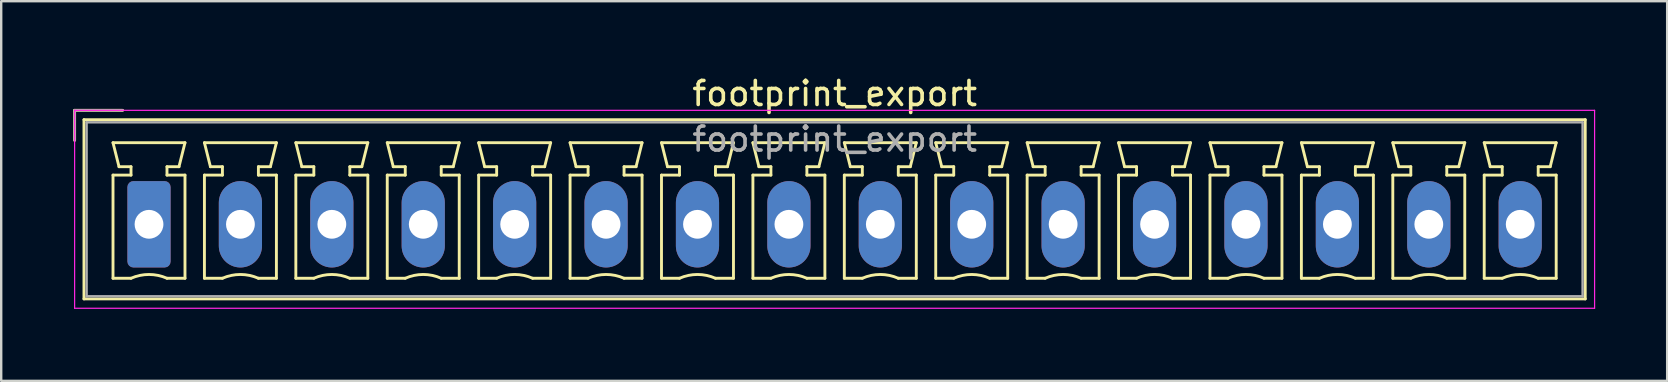
<source format=kicad_pcb>
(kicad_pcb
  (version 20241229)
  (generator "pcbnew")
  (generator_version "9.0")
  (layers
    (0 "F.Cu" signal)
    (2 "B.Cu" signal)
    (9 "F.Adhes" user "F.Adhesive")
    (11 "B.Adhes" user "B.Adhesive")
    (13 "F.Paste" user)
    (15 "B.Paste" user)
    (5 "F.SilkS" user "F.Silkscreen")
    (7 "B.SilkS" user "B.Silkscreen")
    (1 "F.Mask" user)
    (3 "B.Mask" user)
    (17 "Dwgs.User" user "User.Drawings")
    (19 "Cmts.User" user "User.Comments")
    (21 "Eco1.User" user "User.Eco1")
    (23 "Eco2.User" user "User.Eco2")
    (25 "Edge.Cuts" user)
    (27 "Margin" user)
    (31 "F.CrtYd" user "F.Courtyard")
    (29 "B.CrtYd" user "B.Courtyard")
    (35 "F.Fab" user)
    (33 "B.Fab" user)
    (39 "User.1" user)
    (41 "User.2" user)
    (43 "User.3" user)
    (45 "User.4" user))
  (footprint "footprint_export"
    (layer "F.Cu")
    (at 3.16 6.298)
    (property "Reference" "footprint_export" (at 28.58 -5.45 0) (layer "F.SilkS") (effects (font (size 1 1) (thickness 0.15))))
    (attr through_hole)
    (fp_line (start -3.1 -4.75) (end -1.1 -4.75) (stroke (width 0.12) (type solid)) (layer "F.SilkS"))
    (fp_line (start -3.1 -3.5) (end -3.1 -4.75) (stroke (width 0.12) (type solid)) (layer "F.SilkS"))
    (fp_line (start -2.71 -4.36) (end -2.71 3.11) (stroke (width 0.12) (type solid)) (layer "F.SilkS"))
    (fp_line (start -2.71 3.11) (end 59.86 3.11) (stroke (width 0.12) (type solid)) (layer "F.SilkS"))
    (fp_line (start -1.5 -3.4) (end 1.5 -3.4) (stroke (width 0.12) (type solid)) (layer "F.SilkS"))
    (fp_line (start -1.5 -2.05) (end -0.75 -2.05) (stroke (width 0.12) (type solid)) (layer "F.SilkS"))
    (fp_line (start -1.5 2.25) (end -1.5 -2.05) (stroke (width 0.12) (type solid)) (layer "F.SilkS"))
    (fp_line (start -1.25 -2.4) (end -1.5 -3.4) (stroke (width 0.12) (type solid)) (layer "F.SilkS"))
    (fp_line (start -0.75 -2.4) (end -1.25 -2.4) (stroke (width 0.12) (type solid)) (layer "F.SilkS"))
    (fp_line (start -0.75 -2.05) (end -0.75 -2.4) (stroke (width 0.12) (type solid)) (layer "F.SilkS"))
    (fp_line (start -0.75 2.25) (end -1.5 2.25) (stroke (width 0.12) (type solid)) (layer "F.SilkS"))
    (fp_line (start 0.75 -2.4) (end 0.75 -2.05) (stroke (width 0.12) (type solid)) (layer "F.SilkS"))
    (fp_line (start 0.75 -2.05) (end 1.5 -2.05) (stroke (width 0.12) (type solid)) (layer "F.SilkS"))
    (fp_line (start 1.25 -2.4) (end 0.75 -2.4) (stroke (width 0.12) (type solid)) (layer "F.SilkS"))
    (fp_line (start 1.5 -3.4) (end 1.25 -2.4) (stroke (width 0.12) (type solid)) (layer "F.SilkS"))
    (fp_line (start 1.5 -2.05) (end 1.5 2.25) (stroke (width 0.12) (type solid)) (layer "F.SilkS"))
    (fp_line (start 1.5 2.25) (end 0.75 2.25) (stroke (width 0.12) (type solid)) (layer "F.SilkS"))
    (fp_line (start 2.31 -3.4) (end 5.31 -3.4) (stroke (width 0.12) (type solid)) (layer "F.SilkS"))
    (fp_line (start 2.31 -2.05) (end 3.06 -2.05) (stroke (width 0.12) (type solid)) (layer "F.SilkS"))
    (fp_line (start 2.31 2.25) (end 2.31 -2.05) (stroke (width 0.12) (type solid)) (layer "F.SilkS"))
    (fp_line (start 2.56 -2.4) (end 2.31 -3.4) (stroke (width 0.12) (type solid)) (layer "F.SilkS"))
    (fp_line (start 3.06 -2.4) (end 2.56 -2.4) (stroke (width 0.12) (type solid)) (layer "F.SilkS"))
    (fp_line (start 3.06 -2.05) (end 3.06 -2.4) (stroke (width 0.12) (type solid)) (layer "F.SilkS"))
    (fp_line (start 3.06 2.25) (end 2.31 2.25) (stroke (width 0.12) (type solid)) (layer "F.SilkS"))
    (fp_line (start 4.56 -2.4) (end 4.56 -2.05) (stroke (width 0.12) (type solid)) (layer "F.SilkS"))
    (fp_line (start 4.56 -2.05) (end 5.31 -2.05) (stroke (width 0.12) (type solid)) (layer "F.SilkS"))
    (fp_line (start 5.06 -2.4) (end 4.56 -2.4) (stroke (width 0.12) (type solid)) (layer "F.SilkS"))
    (fp_line (start 5.31 -3.4) (end 5.06 -2.4) (stroke (width 0.12) (type solid)) (layer "F.SilkS"))
    (fp_line (start 5.31 -2.05) (end 5.31 2.25) (stroke (width 0.12) (type solid)) (layer "F.SilkS"))
    (fp_line (start 5.31 2.25) (end 4.56 2.25) (stroke (width 0.12) (type solid)) (layer "F.SilkS"))
    (fp_line (start 6.12 -3.4) (end 9.12 -3.4) (stroke (width 0.12) (type solid)) (layer "F.SilkS"))
    (fp_line (start 6.12 -2.05) (end 6.87 -2.05) (stroke (width 0.12) (type solid)) (layer "F.SilkS"))
    (fp_line (start 6.12 2.25) (end 6.12 -2.05) (stroke (width 0.12) (type solid)) (layer "F.SilkS"))
    (fp_line (start 6.37 -2.4) (end 6.12 -3.4) (stroke (width 0.12) (type solid)) (layer "F.SilkS"))
    (fp_line (start 6.87 -2.4) (end 6.37 -2.4) (stroke (width 0.12) (type solid)) (layer "F.SilkS"))
    (fp_line (start 6.87 -2.05) (end 6.87 -2.4) (stroke (width 0.12) (type solid)) (layer "F.SilkS"))
    (fp_line (start 6.87 2.25) (end 6.12 2.25) (stroke (width 0.12) (type solid)) (layer "F.SilkS"))
    (fp_line (start 8.37 -2.4) (end 8.37 -2.05) (stroke (width 0.12) (type solid)) (layer "F.SilkS"))
    (fp_line (start 8.37 -2.05) (end 9.12 -2.05) (stroke (width 0.12) (type solid)) (layer "F.SilkS"))
    (fp_line (start 8.87 -2.4) (end 8.37 -2.4) (stroke (width 0.12) (type solid)) (layer "F.SilkS"))
    (fp_line (start 9.12 -3.4) (end 8.87 -2.4) (stroke (width 0.12) (type solid)) (layer "F.SilkS"))
    (fp_line (start 9.12 -2.05) (end 9.12 2.25) (stroke (width 0.12) (type solid)) (layer "F.SilkS"))
    (fp_line (start 9.12 2.25) (end 8.37 2.25) (stroke (width 0.12) (type solid)) (layer "F.SilkS"))
    (fp_line (start 9.93 -3.4) (end 12.93 -3.4) (stroke (width 0.12) (type solid)) (layer "F.SilkS"))
    (fp_line (start 9.93 -2.05) (end 10.68 -2.05) (stroke (width 0.12) (type solid)) (layer "F.SilkS"))
    (fp_line (start 9.93 2.25) (end 9.93 -2.05) (stroke (width 0.12) (type solid)) (layer "F.SilkS"))
    (fp_line (start 10.18 -2.4) (end 9.93 -3.4) (stroke (width 0.12) (type solid)) (layer "F.SilkS"))
    (fp_line (start 10.68 -2.4) (end 10.18 -2.4) (stroke (width 0.12) (type solid)) (layer "F.SilkS"))
    (fp_line (start 10.68 -2.05) (end 10.68 -2.4) (stroke (width 0.12) (type solid)) (layer "F.SilkS"))
    (fp_line (start 10.68 2.25) (end 9.93 2.25) (stroke (width 0.12) (type solid)) (layer "F.SilkS"))
    (fp_line (start 12.18 -2.4) (end 12.18 -2.05) (stroke (width 0.12) (type solid)) (layer "F.SilkS"))
    (fp_line (start 12.18 -2.05) (end 12.93 -2.05) (stroke (width 0.12) (type solid)) (layer "F.SilkS"))
    (fp_line (start 12.68 -2.4) (end 12.18 -2.4) (stroke (width 0.12) (type solid)) (layer "F.SilkS"))
    (fp_line (start 12.93 -3.4) (end 12.68 -2.4) (stroke (width 0.12) (type solid)) (layer "F.SilkS"))
    (fp_line (start 12.93 -2.05) (end 12.93 2.25) (stroke (width 0.12) (type solid)) (layer "F.SilkS"))
    (fp_line (start 12.93 2.25) (end 12.18 2.25) (stroke (width 0.12) (type solid)) (layer "F.SilkS"))
    (fp_line (start 13.74 -3.4) (end 16.74 -3.4) (stroke (width 0.12) (type solid)) (layer "F.SilkS"))
    (fp_line (start 13.74 -2.05) (end 14.49 -2.05) (stroke (width 0.12) (type solid)) (layer "F.SilkS"))
    (fp_line (start 13.74 2.25) (end 13.74 -2.05) (stroke (width 0.12) (type solid)) (layer "F.SilkS"))
    (fp_line (start 13.99 -2.4) (end 13.74 -3.4) (stroke (width 0.12) (type solid)) (layer "F.SilkS"))
    (fp_line (start 14.49 -2.4) (end 13.99 -2.4) (stroke (width 0.12) (type solid)) (layer "F.SilkS"))
    (fp_line (start 14.49 -2.05) (end 14.49 -2.4) (stroke (width 0.12) (type solid)) (layer "F.SilkS"))
    (fp_line (start 14.49 2.25) (end 13.74 2.25) (stroke (width 0.12) (type solid)) (layer "F.SilkS"))
    (fp_line (start 15.99 -2.4) (end 15.99 -2.05) (stroke (width 0.12) (type solid)) (layer "F.SilkS"))
    (fp_line (start 15.99 -2.05) (end 16.74 -2.05) (stroke (width 0.12) (type solid)) (layer "F.SilkS"))
    (fp_line (start 16.49 -2.4) (end 15.99 -2.4) (stroke (width 0.12) (type solid)) (layer "F.SilkS"))
    (fp_line (start 16.74 -3.4) (end 16.49 -2.4) (stroke (width 0.12) (type solid)) (layer "F.SilkS"))
    (fp_line (start 16.74 -2.05) (end 16.74 2.25) (stroke (width 0.12) (type solid)) (layer "F.SilkS"))
    (fp_line (start 16.74 2.25) (end 15.99 2.25) (stroke (width 0.12) (type solid)) (layer "F.SilkS"))
    (fp_line (start 17.55 -3.4) (end 20.55 -3.4) (stroke (width 0.12) (type solid)) (layer "F.SilkS"))
    (fp_line (start 17.55 -2.05) (end 18.3 -2.05) (stroke (width 0.12) (type solid)) (layer "F.SilkS"))
    (fp_line (start 17.55 2.25) (end 17.55 -2.05) (stroke (width 0.12) (type solid)) (layer "F.SilkS"))
    (fp_line (start 17.8 -2.4) (end 17.55 -3.4) (stroke (width 0.12) (type solid)) (layer "F.SilkS"))
    (fp_line (start 18.3 -2.4) (end 17.8 -2.4) (stroke (width 0.12) (type solid)) (layer "F.SilkS"))
    (fp_line (start 18.3 -2.05) (end 18.3 -2.4) (stroke (width 0.12) (type solid)) (layer "F.SilkS"))
    (fp_line (start 18.3 2.25) (end 17.55 2.25) (stroke (width 0.12) (type solid)) (layer "F.SilkS"))
    (fp_line (start 19.8 -2.4) (end 19.8 -2.05) (stroke (width 0.12) (type solid)) (layer "F.SilkS"))
    (fp_line (start 19.8 -2.05) (end 20.55 -2.05) (stroke (width 0.12) (type solid)) (layer "F.SilkS"))
    (fp_line (start 20.3 -2.4) (end 19.8 -2.4) (stroke (width 0.12) (type solid)) (layer "F.SilkS"))
    (fp_line (start 20.55 -3.4) (end 20.3 -2.4) (stroke (width 0.12) (type solid)) (layer "F.SilkS"))
    (fp_line (start 20.55 -2.05) (end 20.55 2.25) (stroke (width 0.12) (type solid)) (layer "F.SilkS"))
    (fp_line (start 20.55 2.25) (end 19.8 2.25) (stroke (width 0.12) (type solid)) (layer "F.SilkS"))
    (fp_line (start 21.36 -3.4) (end 24.36 -3.4) (stroke (width 0.12) (type solid)) (layer "F.SilkS"))
    (fp_line (start 21.36 -2.05) (end 22.11 -2.05) (stroke (width 0.12) (type solid)) (layer "F.SilkS"))
    (fp_line (start 21.36 2.25) (end 21.36 -2.05) (stroke (width 0.12) (type solid)) (layer "F.SilkS"))
    (fp_line (start 21.61 -2.4) (end 21.36 -3.4) (stroke (width 0.12) (type solid)) (layer "F.SilkS"))
    (fp_line (start 22.11 -2.4) (end 21.61 -2.4) (stroke (width 0.12) (type solid)) (layer "F.SilkS"))
    (fp_line (start 22.11 -2.05) (end 22.11 -2.4) (stroke (width 0.12) (type solid)) (layer "F.SilkS"))
    (fp_line (start 22.11 2.25) (end 21.36 2.25) (stroke (width 0.12) (type solid)) (layer "F.SilkS"))
    (fp_line (start 23.61 -2.4) (end 23.61 -2.05) (stroke (width 0.12) (type solid)) (layer "F.SilkS"))
    (fp_line (start 23.61 -2.05) (end 24.36 -2.05) (stroke (width 0.12) (type solid)) (layer "F.SilkS"))
    (fp_line (start 24.11 -2.4) (end 23.61 -2.4) (stroke (width 0.12) (type solid)) (layer "F.SilkS"))
    (fp_line (start 24.36 -3.4) (end 24.11 -2.4) (stroke (width 0.12) (type solid)) (layer "F.SilkS"))
    (fp_line (start 24.36 -2.05) (end 24.36 2.25) (stroke (width 0.12) (type solid)) (layer "F.SilkS"))
    (fp_line (start 24.36 2.25) (end 23.61 2.25) (stroke (width 0.12) (type solid)) (layer "F.SilkS"))
    (fp_line (start 25.17 -3.4) (end 28.17 -3.4) (stroke (width 0.12) (type solid)) (layer "F.SilkS"))
    (fp_line (start 25.17 -2.05) (end 25.92 -2.05) (stroke (width 0.12) (type solid)) (layer "F.SilkS"))
    (fp_line (start 25.17 2.25) (end 25.17 -2.05) (stroke (width 0.12) (type solid)) (layer "F.SilkS"))
    (fp_line (start 25.42 -2.4) (end 25.17 -3.4) (stroke (width 0.12) (type solid)) (layer "F.SilkS"))
    (fp_line (start 25.92 -2.4) (end 25.42 -2.4) (stroke (width 0.12) (type solid)) (layer "F.SilkS"))
    (fp_line (start 25.92 -2.05) (end 25.92 -2.4) (stroke (width 0.12) (type solid)) (layer "F.SilkS"))
    (fp_line (start 25.92 2.25) (end 25.17 2.25) (stroke (width 0.12) (type solid)) (layer "F.SilkS"))
    (fp_line (start 27.42 -2.4) (end 27.42 -2.05) (stroke (width 0.12) (type solid)) (layer "F.SilkS"))
    (fp_line (start 27.42 -2.05) (end 28.17 -2.05) (stroke (width 0.12) (type solid)) (layer "F.SilkS"))
    (fp_line (start 27.92 -2.4) (end 27.42 -2.4) (stroke (width 0.12) (type solid)) (layer "F.SilkS"))
    (fp_line (start 28.17 -3.4) (end 27.92 -2.4) (stroke (width 0.12) (type solid)) (layer "F.SilkS"))
    (fp_line (start 28.17 -2.05) (end 28.17 2.25) (stroke (width 0.12) (type solid)) (layer "F.SilkS"))
    (fp_line (start 28.17 2.25) (end 27.42 2.25) (stroke (width 0.12) (type solid)) (layer "F.SilkS"))
    (fp_line (start 28.98 -3.4) (end 31.98 -3.4) (stroke (width 0.12) (type solid)) (layer "F.SilkS"))
    (fp_line (start 28.98 -2.05) (end 29.73 -2.05) (stroke (width 0.12) (type solid)) (layer "F.SilkS"))
    (fp_line (start 28.98 2.25) (end 28.98 -2.05) (stroke (width 0.12) (type solid)) (layer "F.SilkS"))
    (fp_line (start 29.23 -2.4) (end 28.98 -3.4) (stroke (width 0.12) (type solid)) (layer "F.SilkS"))
    (fp_line (start 29.73 -2.4) (end 29.23 -2.4) (stroke (width 0.12) (type solid)) (layer "F.SilkS"))
    (fp_line (start 29.73 -2.05) (end 29.73 -2.4) (stroke (width 0.12) (type solid)) (layer "F.SilkS"))
    (fp_line (start 29.73 2.25) (end 28.98 2.25) (stroke (width 0.12) (type solid)) (layer "F.SilkS"))
    (fp_line (start 31.23 -2.4) (end 31.23 -2.05) (stroke (width 0.12) (type solid)) (layer "F.SilkS"))
    (fp_line (start 31.23 -2.05) (end 31.98 -2.05) (stroke (width 0.12) (type solid)) (layer "F.SilkS"))
    (fp_line (start 31.73 -2.4) (end 31.23 -2.4) (stroke (width 0.12) (type solid)) (layer "F.SilkS"))
    (fp_line (start 31.98 -3.4) (end 31.73 -2.4) (stroke (width 0.12) (type solid)) (layer "F.SilkS"))
    (fp_line (start 31.98 -2.05) (end 31.98 2.25) (stroke (width 0.12) (type solid)) (layer "F.SilkS"))
    (fp_line (start 31.98 2.25) (end 31.23 2.25) (stroke (width 0.12) (type solid)) (layer "F.SilkS"))
    (fp_line (start 32.79 -3.4) (end 35.79 -3.4) (stroke (width 0.12) (type solid)) (layer "F.SilkS"))
    (fp_line (start 32.79 -2.05) (end 33.54 -2.05) (stroke (width 0.12) (type solid)) (layer "F.SilkS"))
    (fp_line (start 32.79 2.25) (end 32.79 -2.05) (stroke (width 0.12) (type solid)) (layer "F.SilkS"))
    (fp_line (start 33.04 -2.4) (end 32.79 -3.4) (stroke (width 0.12) (type solid)) (layer "F.SilkS"))
    (fp_line (start 33.54 -2.4) (end 33.04 -2.4) (stroke (width 0.12) (type solid)) (layer "F.SilkS"))
    (fp_line (start 33.54 -2.05) (end 33.54 -2.4) (stroke (width 0.12) (type solid)) (layer "F.SilkS"))
    (fp_line (start 33.54 2.25) (end 32.79 2.25) (stroke (width 0.12) (type solid)) (layer "F.SilkS"))
    (fp_line (start 35.04 -2.4) (end 35.04 -2.05) (stroke (width 0.12) (type solid)) (layer "F.SilkS"))
    (fp_line (start 35.04 -2.05) (end 35.79 -2.05) (stroke (width 0.12) (type solid)) (layer "F.SilkS"))
    (fp_line (start 35.54 -2.4) (end 35.04 -2.4) (stroke (width 0.12) (type solid)) (layer "F.SilkS"))
    (fp_line (start 35.79 -3.4) (end 35.54 -2.4) (stroke (width 0.12) (type solid)) (layer "F.SilkS"))
    (fp_line (start 35.79 -2.05) (end 35.79 2.25) (stroke (width 0.12) (type solid)) (layer "F.SilkS"))
    (fp_line (start 35.79 2.25) (end 35.04 2.25) (stroke (width 0.12) (type solid)) (layer "F.SilkS"))
    (fp_line (start 36.6 -3.4) (end 39.6 -3.4) (stroke (width 0.12) (type solid)) (layer "F.SilkS"))
    (fp_line (start 36.6 -2.05) (end 37.35 -2.05) (stroke (width 0.12) (type solid)) (layer "F.SilkS"))
    (fp_line (start 36.6 2.25) (end 36.6 -2.05) (stroke (width 0.12) (type solid)) (layer "F.SilkS"))
    (fp_line (start 36.85 -2.4) (end 36.6 -3.4) (stroke (width 0.12) (type solid)) (layer "F.SilkS"))
    (fp_line (start 37.35 -2.4) (end 36.85 -2.4) (stroke (width 0.12) (type solid)) (layer "F.SilkS"))
    (fp_line (start 37.35 -2.05) (end 37.35 -2.4) (stroke (width 0.12) (type solid)) (layer "F.SilkS"))
    (fp_line (start 37.35 2.25) (end 36.6 2.25) (stroke (width 0.12) (type solid)) (layer "F.SilkS"))
    (fp_line (start 38.85 -2.4) (end 38.85 -2.05) (stroke (width 0.12) (type solid)) (layer "F.SilkS"))
    (fp_line (start 38.85 -2.05) (end 39.6 -2.05) (stroke (width 0.12) (type solid)) (layer "F.SilkS"))
    (fp_line (start 39.35 -2.4) (end 38.85 -2.4) (stroke (width 0.12) (type solid)) (layer "F.SilkS"))
    (fp_line (start 39.6 -3.4) (end 39.35 -2.4) (stroke (width 0.12) (type solid)) (layer "F.SilkS"))
    (fp_line (start 39.6 -2.05) (end 39.6 2.25) (stroke (width 0.12) (type solid)) (layer "F.SilkS"))
    (fp_line (start 39.6 2.25) (end 38.85 2.25) (stroke (width 0.12) (type solid)) (layer "F.SilkS"))
    (fp_line (start 40.41 -3.4) (end 43.41 -3.4) (stroke (width 0.12) (type solid)) (layer "F.SilkS"))
    (fp_line (start 40.41 -2.05) (end 41.16 -2.05) (stroke (width 0.12) (type solid)) (layer "F.SilkS"))
    (fp_line (start 40.41 2.25) (end 40.41 -2.05) (stroke (width 0.12) (type solid)) (layer "F.SilkS"))
    (fp_line (start 40.66 -2.4) (end 40.41 -3.4) (stroke (width 0.12) (type solid)) (layer "F.SilkS"))
    (fp_line (start 41.16 -2.4) (end 40.66 -2.4) (stroke (width 0.12) (type solid)) (layer "F.SilkS"))
    (fp_line (start 41.16 -2.05) (end 41.16 -2.4) (stroke (width 0.12) (type solid)) (layer "F.SilkS"))
    (fp_line (start 41.16 2.25) (end 40.41 2.25) (stroke (width 0.12) (type solid)) (layer "F.SilkS"))
    (fp_line (start 42.66 -2.4) (end 42.66 -2.05) (stroke (width 0.12) (type solid)) (layer "F.SilkS"))
    (fp_line (start 42.66 -2.05) (end 43.41 -2.05) (stroke (width 0.12) (type solid)) (layer "F.SilkS"))
    (fp_line (start 43.16 -2.4) (end 42.66 -2.4) (stroke (width 0.12) (type solid)) (layer "F.SilkS"))
    (fp_line (start 43.41 -3.4) (end 43.16 -2.4) (stroke (width 0.12) (type solid)) (layer "F.SilkS"))
    (fp_line (start 43.41 -2.05) (end 43.41 2.25) (stroke (width 0.12) (type solid)) (layer "F.SilkS"))
    (fp_line (start 43.41 2.25) (end 42.66 2.25) (stroke (width 0.12) (type solid)) (layer "F.SilkS"))
    (fp_line (start 44.22 -3.4) (end 47.22 -3.4) (stroke (width 0.12) (type solid)) (layer "F.SilkS"))
    (fp_line (start 44.22 -2.05) (end 44.97 -2.05) (stroke (width 0.12) (type solid)) (layer "F.SilkS"))
    (fp_line (start 44.22 2.25) (end 44.22 -2.05) (stroke (width 0.12) (type solid)) (layer "F.SilkS"))
    (fp_line (start 44.47 -2.4) (end 44.22 -3.4) (stroke (width 0.12) (type solid)) (layer "F.SilkS"))
    (fp_line (start 44.97 -2.4) (end 44.47 -2.4) (stroke (width 0.12) (type solid)) (layer "F.SilkS"))
    (fp_line (start 44.97 -2.05) (end 44.97 -2.4) (stroke (width 0.12) (type solid)) (layer "F.SilkS"))
    (fp_line (start 44.97 2.25) (end 44.22 2.25) (stroke (width 0.12) (type solid)) (layer "F.SilkS"))
    (fp_line (start 46.47 -2.4) (end 46.47 -2.05) (stroke (width 0.12) (type solid)) (layer "F.SilkS"))
    (fp_line (start 46.47 -2.05) (end 47.22 -2.05) (stroke (width 0.12) (type solid)) (layer "F.SilkS"))
    (fp_line (start 46.97 -2.4) (end 46.47 -2.4) (stroke (width 0.12) (type solid)) (layer "F.SilkS"))
    (fp_line (start 47.22 -3.4) (end 46.97 -2.4) (stroke (width 0.12) (type solid)) (layer "F.SilkS"))
    (fp_line (start 47.22 -2.05) (end 47.22 2.25) (stroke (width 0.12) (type solid)) (layer "F.SilkS"))
    (fp_line (start 47.22 2.25) (end 46.47 2.25) (stroke (width 0.12) (type solid)) (layer "F.SilkS"))
    (fp_line (start 48.03 -3.4) (end 51.03 -3.4) (stroke (width 0.12) (type solid)) (layer "F.SilkS"))
    (fp_line (start 48.03 -2.05) (end 48.78 -2.05) (stroke (width 0.12) (type solid)) (layer "F.SilkS"))
    (fp_line (start 48.03 2.25) (end 48.03 -2.05) (stroke (width 0.12) (type solid)) (layer "F.SilkS"))
    (fp_line (start 48.28 -2.4) (end 48.03 -3.4) (stroke (width 0.12) (type solid)) (layer "F.SilkS"))
    (fp_line (start 48.78 -2.4) (end 48.28 -2.4) (stroke (width 0.12) (type solid)) (layer "F.SilkS"))
    (fp_line (start 48.78 -2.05) (end 48.78 -2.4) (stroke (width 0.12) (type solid)) (layer "F.SilkS"))
    (fp_line (start 48.78 2.25) (end 48.03 2.25) (stroke (width 0.12) (type solid)) (layer "F.SilkS"))
    (fp_line (start 50.28 -2.4) (end 50.28 -2.05) (stroke (width 0.12) (type solid)) (layer "F.SilkS"))
    (fp_line (start 50.28 -2.05) (end 51.03 -2.05) (stroke (width 0.12) (type solid)) (layer "F.SilkS"))
    (fp_line (start 50.78 -2.4) (end 50.28 -2.4) (stroke (width 0.12) (type solid)) (layer "F.SilkS"))
    (fp_line (start 51.03 -3.4) (end 50.78 -2.4) (stroke (width 0.12) (type solid)) (layer "F.SilkS"))
    (fp_line (start 51.03 -2.05) (end 51.03 2.25) (stroke (width 0.12) (type solid)) (layer "F.SilkS"))
    (fp_line (start 51.03 2.25) (end 50.28 2.25) (stroke (width 0.12) (type solid)) (layer "F.SilkS"))
    (fp_line (start 51.84 -3.4) (end 54.84 -3.4) (stroke (width 0.12) (type solid)) (layer "F.SilkS"))
    (fp_line (start 51.84 -2.05) (end 52.59 -2.05) (stroke (width 0.12) (type solid)) (layer "F.SilkS"))
    (fp_line (start 51.84 2.25) (end 51.84 -2.05) (stroke (width 0.12) (type solid)) (layer "F.SilkS"))
    (fp_line (start 52.09 -2.4) (end 51.84 -3.4) (stroke (width 0.12) (type solid)) (layer "F.SilkS"))
    (fp_line (start 52.59 -2.4) (end 52.09 -2.4) (stroke (width 0.12) (type solid)) (layer "F.SilkS"))
    (fp_line (start 52.59 -2.05) (end 52.59 -2.4) (stroke (width 0.12) (type solid)) (layer "F.SilkS"))
    (fp_line (start 52.59 2.25) (end 51.84 2.25) (stroke (width 0.12) (type solid)) (layer "F.SilkS"))
    (fp_line (start 54.09 -2.4) (end 54.09 -2.05) (stroke (width 0.12) (type solid)) (layer "F.SilkS"))
    (fp_line (start 54.09 -2.05) (end 54.84 -2.05) (stroke (width 0.12) (type solid)) (layer "F.SilkS"))
    (fp_line (start 54.59 -2.4) (end 54.09 -2.4) (stroke (width 0.12) (type solid)) (layer "F.SilkS"))
    (fp_line (start 54.84 -3.4) (end 54.59 -2.4) (stroke (width 0.12) (type solid)) (layer "F.SilkS"))
    (fp_line (start 54.84 -2.05) (end 54.84 2.25) (stroke (width 0.12) (type solid)) (layer "F.SilkS"))
    (fp_line (start 54.84 2.25) (end 54.09 2.25) (stroke (width 0.12) (type solid)) (layer "F.SilkS"))
    (fp_line (start 55.65 -3.4) (end 58.65 -3.4) (stroke (width 0.12) (type solid)) (layer "F.SilkS"))
    (fp_line (start 55.65 -2.05) (end 56.4 -2.05) (stroke (width 0.12) (type solid)) (layer "F.SilkS"))
    (fp_line (start 55.65 2.25) (end 55.65 -2.05) (stroke (width 0.12) (type solid)) (layer "F.SilkS"))
    (fp_line (start 55.9 -2.4) (end 55.65 -3.4) (stroke (width 0.12) (type solid)) (layer "F.SilkS"))
    (fp_line (start 56.4 -2.4) (end 55.9 -2.4) (stroke (width 0.12) (type solid)) (layer "F.SilkS"))
    (fp_line (start 56.4 -2.05) (end 56.4 -2.4) (stroke (width 0.12) (type solid)) (layer "F.SilkS"))
    (fp_line (start 56.4 2.25) (end 55.65 2.25) (stroke (width 0.12) (type solid)) (layer "F.SilkS"))
    (fp_line (start 57.9 -2.4) (end 57.9 -2.05) (stroke (width 0.12) (type solid)) (layer "F.SilkS"))
    (fp_line (start 57.9 -2.05) (end 58.65 -2.05) (stroke (width 0.12) (type solid)) (layer "F.SilkS"))
    (fp_line (start 58.4 -2.4) (end 57.9 -2.4) (stroke (width 0.12) (type solid)) (layer "F.SilkS"))
    (fp_line (start 58.65 -3.4) (end 58.4 -2.4) (stroke (width 0.12) (type solid)) (layer "F.SilkS"))
    (fp_line (start 58.65 -2.05) (end 58.65 2.25) (stroke (width 0.12) (type solid)) (layer "F.SilkS"))
    (fp_line (start 58.65 2.25) (end 57.9 2.25) (stroke (width 0.12) (type solid)) (layer "F.SilkS"))
    (fp_line (start 59.86 -4.36) (end -2.71 -4.36) (stroke (width 0.12) (type solid)) (layer "F.SilkS"))
    (fp_line (start 59.86 3.11) (end 59.86 -4.36) (stroke (width 0.12) (type solid)) (layer "F.SilkS"))
    (fp_arc (start -0.75 2.25) (mid -0.000193 2.09191) (end 0.749647 2.249844) (stroke (width 0.12) (type solid)) (layer "F.SilkS"))
    (fp_arc (start 3.06 2.25) (mid 3.809807 2.09191) (end 4.559647 2.249844) (stroke (width 0.12) (type solid)) (layer "F.SilkS"))
    (fp_arc (start 6.87 2.25) (mid 7.619807 2.09191) (end 8.369647 2.249844) (stroke (width 0.12) (type solid)) (layer "F.SilkS"))
    (fp_arc (start 10.68 2.25) (mid 11.429807 2.09191) (end 12.179647 2.249844) (stroke (width 0.12) (type solid)) (layer "F.SilkS"))
    (fp_arc (start 14.49 2.25) (mid 15.239807 2.09191) (end 15.989647 2.249844) (stroke (width 0.12) (type solid)) (layer "F.SilkS"))
    (fp_arc (start 18.3 2.25) (mid 19.049807 2.09191) (end 19.799647 2.249844) (stroke (width 0.12) (type solid)) (layer "F.SilkS"))
    (fp_arc (start 22.11 2.25) (mid 22.859807 2.09191) (end 23.609647 2.249844) (stroke (width 0.12) (type solid)) (layer "F.SilkS"))
    (fp_arc (start 25.92 2.25) (mid 26.669807 2.09191) (end 27.419647 2.249844) (stroke (width 0.12) (type solid)) (layer "F.SilkS"))
    (fp_arc (start 29.73 2.25) (mid 30.479807 2.09191) (end 31.229647 2.249844) (stroke (width 0.12) (type solid)) (layer "F.SilkS"))
    (fp_arc (start 33.54 2.25) (mid 34.289807 2.09191) (end 35.039647 2.249844) (stroke (width 0.12) (type solid)) (layer "F.SilkS"))
    (fp_arc (start 37.35 2.25) (mid 38.099807 2.09191) (end 38.849647 2.249844) (stroke (width 0.12) (type solid)) (layer "F.SilkS"))
    (fp_arc (start 41.16 2.25) (mid 41.909807 2.09191) (end 42.659647 2.249844) (stroke (width 0.12) (type solid)) (layer "F.SilkS"))
    (fp_arc (start 44.97 2.25) (mid 45.719807 2.09191) (end 46.469647 2.249844) (stroke (width 0.12) (type solid)) (layer "F.SilkS"))
    (fp_arc (start 48.78 2.25) (mid 49.529807 2.09191) (end 50.279647 2.249844) (stroke (width 0.12) (type solid)) (layer "F.SilkS"))
    (fp_arc (start 52.59 2.25) (mid 53.339807 2.09191) (end 54.089647 2.249844) (stroke (width 0.12) (type solid)) (layer "F.SilkS"))
    (fp_arc (start 56.4 2.25) (mid 57.149807 2.09191) (end 57.899647 2.249844) (stroke (width 0.12) (type solid)) (layer "F.SilkS"))
    (fp_line (start -3.1 -4.75) (end -3.1 3.5) (stroke (width 0.05) (type solid)) (layer "F.CrtYd"))
    (fp_line (start -3.1 3.5) (end 60.25 3.5) (stroke (width 0.05) (type solid)) (layer "F.CrtYd"))
    (fp_line (start 60.25 -4.75) (end -3.1 -4.75) (stroke (width 0.05) (type solid)) (layer "F.CrtYd"))
    (fp_line (start 60.25 3.5) (end 60.25 -4.75) (stroke (width 0.05) (type solid)) (layer "F.CrtYd"))
    (fp_line (start -3.1 -4.75) (end -1.1 -4.75) (stroke (width 0.1) (type solid)) (layer "F.Fab"))
    (fp_line (start -3.1 -3.5) (end -3.1 -4.75) (stroke (width 0.1) (type solid)) (layer "F.Fab"))
    (fp_line (start -2.6 -4.25) (end -2.6 3) (stroke (width 0.1) (type solid)) (layer "F.Fab"))
    (fp_line (start -2.6 3) (end 59.75 3) (stroke (width 0.1) (type solid)) (layer "F.Fab"))
    (fp_line (start 59.75 -4.25) (end -2.6 -4.25) (stroke (width 0.1) (type solid)) (layer "F.Fab"))
    (fp_line (start 59.75 3) (end 59.75 -4.25) (stroke (width 0.1) (type solid)) (layer "F.Fab"))
    (fp_text user "${REFERENCE}" (at 28.58 -3.55 0) (layer "F.Fab") (effects (font (size 1 1) (thickness 0.15))))
    (pad "1" thru_hole roundrect (at 0 0) (size 1.8 3.6) (drill 1.2) (layers "*.Cu" "*.Mask") (roundrect_rratio 0.139))
    (pad "2" thru_hole oval (at 3.81 0) (size 1.8 3.6) (drill 1.2) (layers "*.Cu" "*.Mask"))
    (pad "3" thru_hole oval (at 7.62 0) (size 1.8 3.6) (drill 1.2) (layers "*.Cu" "*.Mask"))
    (pad "4" thru_hole oval (at 11.43 0) (size 1.8 3.6) (drill 1.2) (layers "*.Cu" "*.Mask"))
    (pad "5" thru_hole oval (at 15.24 0) (size 1.8 3.6) (drill 1.2) (layers "*.Cu" "*.Mask"))
    (pad "6" thru_hole oval (at 19.05 0) (size 1.8 3.6) (drill 1.2) (layers "*.Cu" "*.Mask"))
    (pad "7" thru_hole oval (at 22.86 0) (size 1.8 3.6) (drill 1.2) (layers "*.Cu" "*.Mask"))
    (pad "8" thru_hole oval (at 26.67 0) (size 1.8 3.6) (drill 1.2) (layers "*.Cu" "*.Mask"))
    (pad "9" thru_hole oval (at 30.48 0) (size 1.8 3.6) (drill 1.2) (layers "*.Cu" "*.Mask"))
    (pad "10" thru_hole oval (at 34.29 0) (size 1.8 3.6) (drill 1.2) (layers "*.Cu" "*.Mask"))
    (pad "11" thru_hole oval (at 38.1 0) (size 1.8 3.6) (drill 1.2) (layers "*.Cu" "*.Mask"))
    (pad "12" thru_hole oval (at 41.91 0) (size 1.8 3.6) (drill 1.2) (layers "*.Cu" "*.Mask"))
    (pad "13" thru_hole oval (at 45.72 0) (size 1.8 3.6) (drill 1.2) (layers "*.Cu" "*.Mask"))
    (pad "14" thru_hole oval (at 49.53 0) (size 1.8 3.6) (drill 1.2) (layers "*.Cu" "*.Mask"))
    (pad "15" thru_hole oval (at 53.34 0) (size 1.8 3.6) (drill 1.2) (layers "*.Cu" "*.Mask"))
    (pad "16" thru_hole oval (at 57.15 0) (size 1.8 3.6) (drill 1.2) (layers "*.Cu" "*.Mask")))
  (gr_rect
    (start -3 -3)
    (end 66.435 12.823)
    (stroke (width 0.1) (type default))
    (fill no)
    (layer "Edge.Cuts")))
</source>
